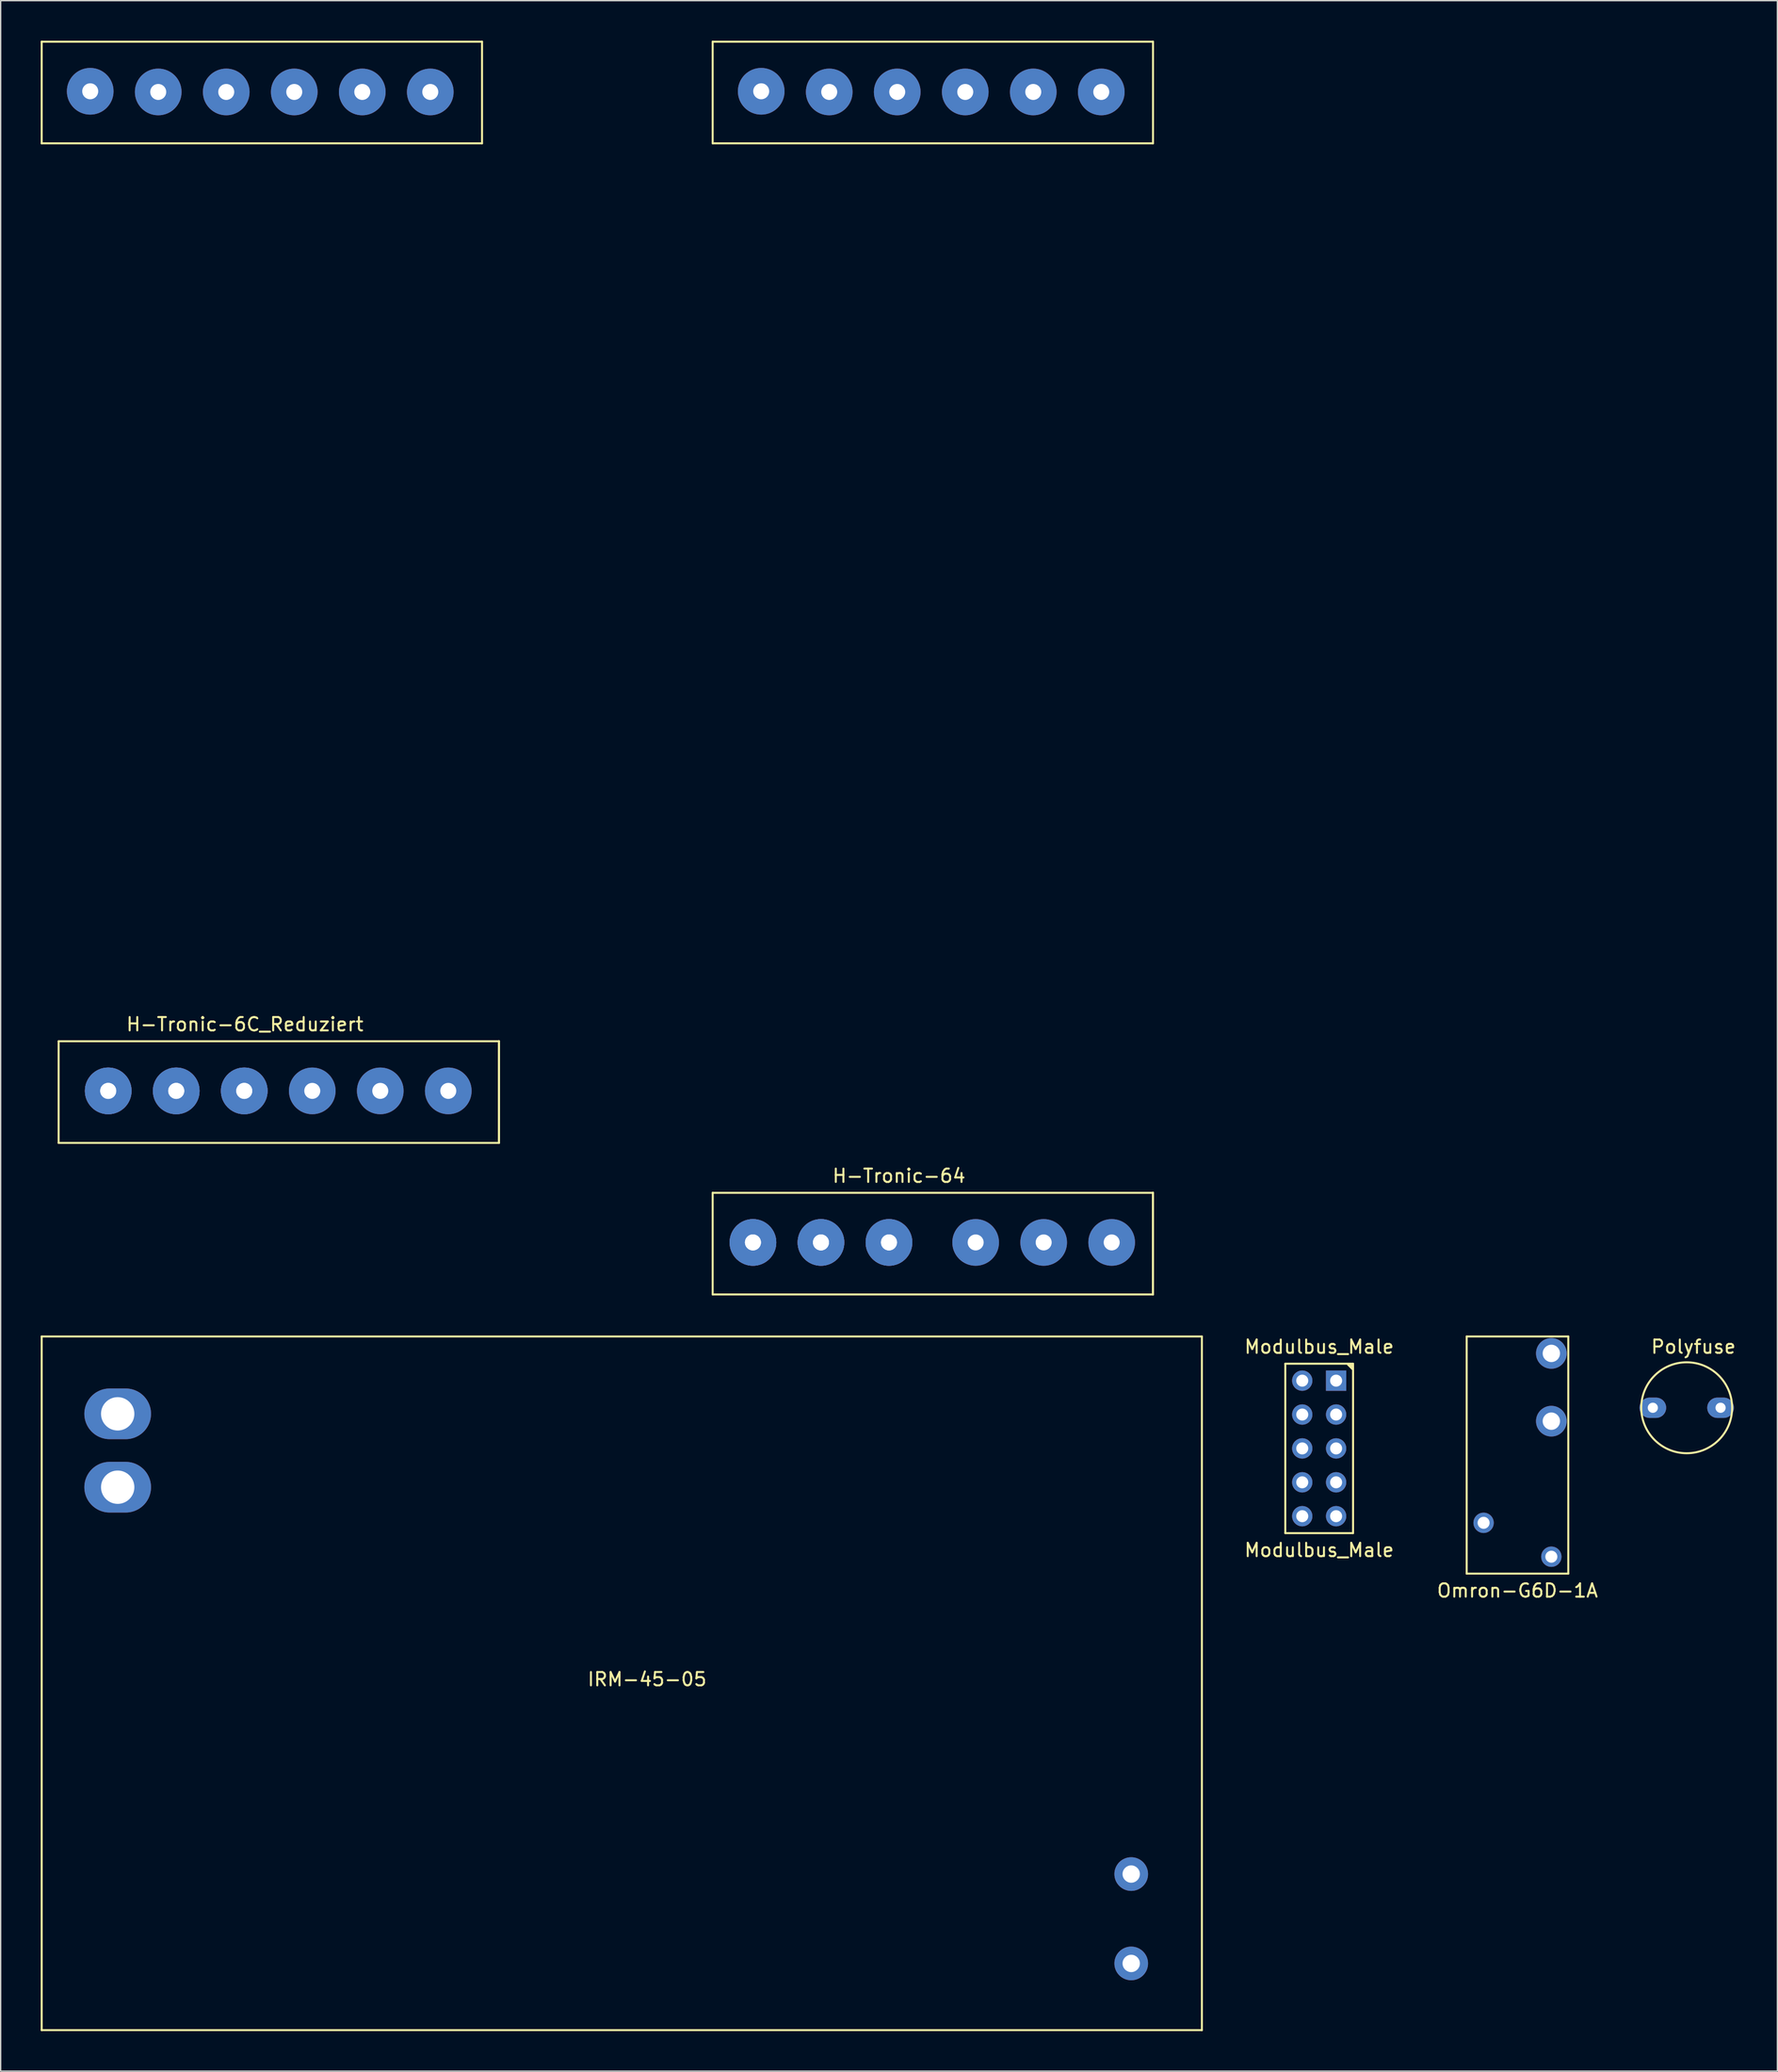
<source format=kicad_pcb>
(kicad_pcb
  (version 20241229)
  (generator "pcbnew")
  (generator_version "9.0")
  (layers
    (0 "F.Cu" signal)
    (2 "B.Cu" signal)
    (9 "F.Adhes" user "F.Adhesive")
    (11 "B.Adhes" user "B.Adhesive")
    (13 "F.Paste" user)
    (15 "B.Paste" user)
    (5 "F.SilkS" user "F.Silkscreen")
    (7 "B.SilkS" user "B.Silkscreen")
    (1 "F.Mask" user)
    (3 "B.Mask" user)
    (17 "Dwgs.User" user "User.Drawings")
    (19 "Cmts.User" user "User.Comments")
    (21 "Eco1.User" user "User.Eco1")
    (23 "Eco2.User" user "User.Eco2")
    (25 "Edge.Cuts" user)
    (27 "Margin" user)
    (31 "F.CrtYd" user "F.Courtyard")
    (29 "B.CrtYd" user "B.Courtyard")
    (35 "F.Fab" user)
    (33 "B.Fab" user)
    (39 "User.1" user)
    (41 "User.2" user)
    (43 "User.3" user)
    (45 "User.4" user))
  (footprint "Omron-G6D-1A"
    (layer "F.Cu")
    (at 110.739 108.565)
    (property "Reference" "Omron-G6D-1A" (at 0 7.62 0) (layer "F.SilkS") (effects (font (size 1 1) (thickness 0.15))))
    (attr through_hole)
    (fp_line (start -3.81 -11.43) (end 3.81 -11.43) (stroke (width 0.15) (type solid)) (layer "F.SilkS"))
    (fp_line (start -3.81 6.35) (end -3.81 -11.43) (stroke (width 0.15) (type solid)) (layer "F.SilkS"))
    (fp_line (start 3.81 -11.43) (end 3.81 6.35) (stroke (width 0.15) (type solid)) (layer "F.SilkS"))
    (fp_line (start 3.81 6.35) (end -3.81 6.35) (stroke (width 0.15) (type solid)) (layer "F.SilkS"))
    (pad "A1" thru_hole circle (at -2.54 2.54) (size 1.524 1.524) (drill 0.9) (layers "*.Cu" "*.Mask"))
    (pad "A2" thru_hole circle (at 2.54 5.08) (size 1.524 1.524) (drill 0.9) (layers "*.Cu" "*.Mask"))
    (pad "S1" thru_hole circle (at 2.54 -5.08) (size 2.3 2.3) (drill 1.3) (layers "*.Cu" "*.Mask"))
    (pad "S2" thru_hole circle (at 2.54 -10.16) (size 2.3 2.3) (drill 1.3) (layers "*.Cu" "*.Mask")))
  (footprint "H-Tronic-6C_Reduziert"
    (layer "F.Cu")
    (at 47.065 41.985)
    (property "Reference" "H-Tronic-6C_Reduziert" (at -31.75 31.75 0) (layer "F.SilkS") (effects (font (size 1 1) (thickness 0.15))))
    (attr through_hole)
    (fp_line (start -46.99 -41.91) (end -13.97 -41.91) (stroke (width 0.15) (type solid)) (layer "F.SilkS"))
    (fp_line (start -46.99 -34.29) (end -46.99 -41.91) (stroke (width 0.15) (type solid)) (layer "F.SilkS"))
    (fp_line (start -46.99 -34.29) (end -13.97 -34.29) (stroke (width 0.15) (type solid)) (layer "F.SilkS"))
    (fp_line (start -45.72 33.02) (end -45.72 40.64) (stroke (width 0.15) (type solid)) (layer "F.SilkS"))
    (fp_line (start -45.72 33.02) (end -12.7 33.02) (stroke (width 0.15) (type solid)) (layer "F.SilkS"))
    (fp_line (start -13.97 -34.29) (end -13.97 -41.91) (stroke (width 0.15) (type solid)) (layer "F.SilkS"))
    (fp_line (start -12.7 33.02) (end -12.7 40.64) (stroke (width 0.15) (type solid)) (layer "F.SilkS"))
    (fp_line (start -12.7 33.02) (end -12.7 40.64) (stroke (width 0.15) (type solid)) (layer "F.SilkS"))
    (fp_line (start -12.7 40.64) (end -45.72 40.64) (stroke (width 0.15) (type solid)) (layer "F.SilkS"))
    (pad "1" thru_hole circle (at -42 36.741) (size 3.5 3.5) (drill 1.2) (layers "*.Cu" "*.Mask"))
    (pad "1" thru_hole circle (at -42 36.741) (size 3.5 3.5) (drill 1.2) (layers "*.Cu" "*.Mask"))
    (pad "2" thru_hole circle (at -36.9 36.741) (size 3.5 3.5) (drill 1.2) (layers "*.Cu" "*.Mask"))
    (pad "2" thru_hole circle (at -36.9 36.741) (size 3.5 3.5) (drill 1.2) (layers "*.Cu" "*.Mask"))
    (pad "3" thru_hole circle (at -31.8 36.741) (size 3.5 3.5) (drill 1.2) (layers "*.Cu" "*.Mask"))
    (pad "3" thru_hole circle (at -31.8 36.741) (size 3.5 3.5) (drill 1.2) (layers "*.Cu" "*.Mask"))
    (pad "4" thru_hole circle (at -26.7 36.741) (size 3.5 3.5) (drill 1.2) (layers "*.Cu" "*.Mask"))
    (pad "5" thru_hole circle (at -21.6 36.741) (size 3.5 3.5) (drill 1.2) (layers "*.Cu" "*.Mask"))
    (pad "6" thru_hole circle (at -16.5 36.741) (size 3.5 3.5) (drill 1.2) (layers "*.Cu" "*.Mask"))
    (pad "7" thru_hole circle (at -43.35 -38.192) (size 3.5 3.5) (drill 1.2) (layers "*.Cu" "*.Mask"))
    (pad "8" thru_hole circle (at -38.25 -38.142) (size 3.5 3.5) (drill 1.2) (layers "*.Cu" "*.Mask"))
    (pad "9" thru_hole circle (at -33.15 -38.142) (size 3.5 3.5) (drill 1.2) (layers "*.Cu" "*.Mask"))
    (pad "10" thru_hole circle (at -28.05 -38.142) (size 3.5 3.5) (drill 1.2) (layers "*.Cu" "*.Mask"))
    (pad "11" thru_hole circle (at -22.95 -38.142) (size 3.5 3.5) (drill 1.2) (layers "*.Cu" "*.Mask"))
    (pad "12" thru_hole circle (at -17.85 -38.142) (size 3.5 3.5) (drill 1.2) (layers "*.Cu" "*.Mask")))
  (footprint "IRM-45-05"
    (layer "F.Cu")
    (at 40.775 121.735)
    (property "Reference" "IRM-45-05" (at 4.7 1.1 0) (layer "F.SilkS") (effects (font (size 1 1) (thickness 0.15))))
    (attr through_hole)
    (fp_line (start -40.7 -24.6) (end -40.7 27.4) (stroke (width 0.15) (type solid)) (layer "F.SilkS"))
    (fp_line (start -40.7 -24.6) (end 46.3 -24.6) (stroke (width 0.15) (type solid)) (layer "F.SilkS"))
    (fp_line (start 46.3 -24.6) (end 46.3 27.4) (stroke (width 0.15) (type solid)) (layer "F.SilkS"))
    (fp_line (start 46.3 27.4) (end -40.7 27.4) (stroke (width 0.15) (type solid)) (layer "F.SilkS"))
    (pad "1" thru_hole circle (at 41 22.4) (size 2.524 2.524) (drill 1.3) (layers "*.Cu" "*.Mask"))
    (pad "2" thru_hole circle (at 41 15.7) (size 2.524 2.524) (drill 1.3) (layers "*.Cu" "*.Mask"))
    (pad "3" thru_hole oval (at -35 -18.8) (size 5 3.8) (drill 2.5) (layers "*.Cu" "*.Mask"))
    (pad "4" thru_hole oval (at -35 -13.3) (size 5 3.8) (drill 2.5) (layers "*.Cu" "*.Mask")))
  (footprint "Modulbus_Male"
    (layer "F.Cu")
    (at 95.87 105.528)
    (property "Reference" "Modulbus_Male" (at 0 7.62 0) (layer "F.SilkS") (effects (font (size 1 1) (thickness 0.15))))
    (attr through_hole)
    (fp_line (start -2.54 -6.35) (end 2.54 -6.35) (stroke (width 0.15) (type solid)) (layer "F.SilkS"))
    (fp_line (start -2.54 6.35) (end -2.54 -6.35) (stroke (width 0.15) (type solid)) (layer "F.SilkS"))
    (fp_line (start 2.159 -6.287) (end 2.477 -5.969) (stroke (width 0.15) (type solid)) (layer "F.SilkS"))
    (fp_line (start 2.286 -6.287) (end 2.413 -6.16) (stroke (width 0.15) (type solid)) (layer "F.SilkS"))
    (fp_line (start 2.349 -6.223) (end 2.286 -6.287) (stroke (width 0.15) (type solid)) (layer "F.SilkS"))
    (fp_line (start 2.413 -6.287) (end 2.349 -6.223) (stroke (width 0.15) (type solid)) (layer "F.SilkS"))
    (fp_line (start 2.477 -5.969) (end 2.413 -6.287) (stroke (width 0.15) (type solid)) (layer "F.SilkS"))
    (fp_line (start 2.54 -6.35) (end 2.54 6.35) (stroke (width 0.15) (type solid)) (layer "F.SilkS"))
    (fp_line (start 2.54 6.35) (end -2.54 6.35) (stroke (width 0.15) (type solid)) (layer "F.SilkS"))
    (fp_text user "Modulbus_Male" (at 0 -7.62 0) (layer "F.SilkS") (effects (font (size 1 1) (thickness 0.15))))
    (pad "1" thru_hole rect (at 1.27 -5.08) (size 1.524 1.524) (drill 0.9) (layers "*.Cu" "*.Mask"))
    (pad "2" thru_hole circle (at -1.27 -5.08) (size 1.524 1.524) (drill 0.9) (layers "*.Cu" "*.Mask"))
    (pad "3" thru_hole circle (at 1.27 -2.54) (size 1.524 1.524) (drill 0.9) (layers "*.Cu" "*.Mask"))
    (pad "4" thru_hole circle (at -1.27 -2.54) (size 1.524 1.524) (drill 0.9) (layers "*.Cu" "*.Mask"))
    (pad "5" thru_hole circle (at 1.27 0) (size 1.524 1.524) (drill 0.9) (layers "*.Cu" "*.Mask"))
    (pad "6" thru_hole circle (at -1.27 0) (size 1.524 1.524) (drill 0.9) (layers "*.Cu" "*.Mask"))
    (pad "7" thru_hole circle (at 1.27 2.54) (size 1.524 1.524) (drill 0.9) (layers "*.Cu" "*.Mask"))
    (pad "8" thru_hole circle (at -1.27 2.54) (size 1.524 1.524) (drill 0.9) (layers "*.Cu" "*.Mask"))
    (pad "9" thru_hole circle (at 1.27 5.08) (size 1.524 1.524) (drill 0.9) (layers "*.Cu" "*.Mask"))
    (pad "10" thru_hole circle (at -1.27 5.08) (size 1.524 1.524) (drill 0.9) (layers "*.Cu" "*.Mask")))
  (footprint "H-Tronic-64"
    (layer "F.Cu")
    (at 97.38 53.385)
    (property "Reference" "H-Tronic-64" (at -33.02 31.71 0) (layer "F.SilkS") (effects (font (size 1 1) (thickness 0.15))))
    (attr through_hole)
    (fp_line (start -46.99 -53.31) (end -13.97 -53.31) (stroke (width 0.15) (type solid)) (layer "F.SilkS"))
    (fp_line (start -46.99 -45.69) (end -46.99 -53.31) (stroke (width 0.15) (type solid)) (layer "F.SilkS"))
    (fp_line (start -46.99 -45.69) (end -13.97 -45.69) (stroke (width 0.15) (type solid)) (layer "F.SilkS"))
    (fp_line (start -46.99 32.98) (end -46.99 40.6) (stroke (width 0.15) (type solid)) (layer "F.SilkS"))
    (fp_line (start -46.99 32.98) (end -13.97 32.98) (stroke (width 0.15) (type solid)) (layer "F.SilkS"))
    (fp_line (start -13.97 -45.69) (end -13.97 -53.31) (stroke (width 0.15) (type solid)) (layer "F.SilkS"))
    (fp_line (start -13.97 32.98) (end -13.97 40.6) (stroke (width 0.15) (type solid)) (layer "F.SilkS"))
    (fp_line (start -13.97 32.98) (end -13.97 40.6) (stroke (width 0.15) (type solid)) (layer "F.SilkS"))
    (fp_line (start -13.97 40.6) (end -46.99 40.6) (stroke (width 0.15) (type solid)) (layer "F.SilkS"))
    (pad "1" thru_hole circle (at -43.97 36.701) (size 3.5 3.5) (drill 1.2) (layers "*.Cu" "*.Mask"))
    (pad "1" thru_hole circle (at -43.97 36.701) (size 3.5 3.5) (drill 1.2) (layers "*.Cu" "*.Mask"))
    (pad "2" thru_hole circle (at -38.87 36.701) (size 3.5 3.5) (drill 1.2) (layers "*.Cu" "*.Mask"))
    (pad "2" thru_hole circle (at -38.87 36.701) (size 3.5 3.5) (drill 1.2) (layers "*.Cu" "*.Mask"))
    (pad "3" thru_hole circle (at -33.77 36.701) (size 3.5 3.5) (drill 1.2) (layers "*.Cu" "*.Mask"))
    (pad "3" thru_hole circle (at -33.77 36.701) (size 3.5 3.5) (drill 1.2) (layers "*.Cu" "*.Mask"))
    (pad "4" thru_hole circle (at -27.27 36.701) (size 3.5 3.5) (drill 1.2) (layers "*.Cu" "*.Mask"))
    (pad "5" thru_hole circle (at -22.17 36.701) (size 3.5 3.5) (drill 1.2) (layers "*.Cu" "*.Mask"))
    (pad "6" thru_hole circle (at -17.07 36.701) (size 3.5 3.5) (drill 1.2) (layers "*.Cu" "*.Mask"))
    (pad "7" thru_hole circle (at -43.35 -49.592) (size 3.5 3.5) (drill 1.2) (layers "*.Cu" "*.Mask"))
    (pad "8" thru_hole circle (at -38.25 -49.542) (size 3.5 3.5) (drill 1.2) (layers "*.Cu" "*.Mask"))
    (pad "9" thru_hole circle (at -33.15 -49.542) (size 3.5 3.5) (drill 1.2) (layers "*.Cu" "*.Mask"))
    (pad "10" thru_hole circle (at -28.05 -49.542) (size 3.5 3.5) (drill 1.2) (layers "*.Cu" "*.Mask"))
    (pad "11" thru_hole circle (at -22.95 -49.542) (size 3.5 3.5) (drill 1.2) (layers "*.Cu" "*.Mask"))
    (pad "12" thru_hole circle (at -17.85 -49.542) (size 3.5 3.5) (drill 1.2) (layers "*.Cu" "*.Mask")))
  (footprint "Polyfuse"
    (layer "F.Cu")
    (at 123.428 102.48)
    (property "Reference" "Polyfuse" (at 0.508 -4.572 0) (layer "F.SilkS") (effects (font (size 1 1) (thickness 0.15))))
    (attr through_hole)
    (fp_circle (center 0 0) (end 3.048 1.524) (stroke (width 0.15) (type solid)) (fill no) (layer "F.SilkS"))
    (pad "1" thru_hole oval (at -2.54 0) (size 2 1.524) (drill 0.762) (layers "*.Cu" "*.Mask"))
    (pad "2" thru_hole oval (at 2.54 0) (size 2 1.524) (drill 0.762) (layers "*.Cu" "*.Mask")))
  (gr_rect
    (start -3 -3)
    (end 130.228 152.21)
    (stroke (width 0.1) (type default))
    (fill no)
    (layer "Edge.Cuts")))
</source>
